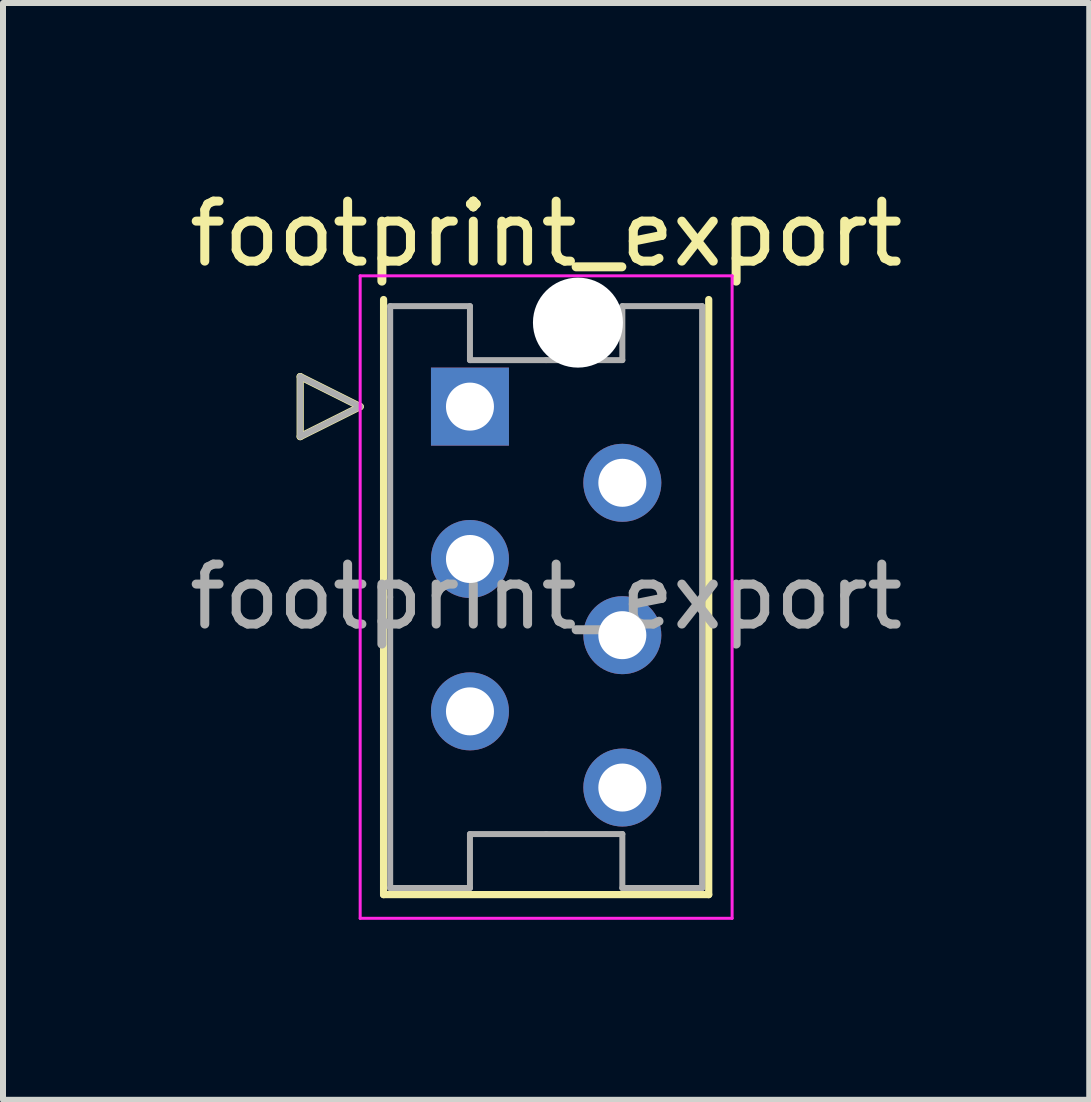
<source format=kicad_pcb>
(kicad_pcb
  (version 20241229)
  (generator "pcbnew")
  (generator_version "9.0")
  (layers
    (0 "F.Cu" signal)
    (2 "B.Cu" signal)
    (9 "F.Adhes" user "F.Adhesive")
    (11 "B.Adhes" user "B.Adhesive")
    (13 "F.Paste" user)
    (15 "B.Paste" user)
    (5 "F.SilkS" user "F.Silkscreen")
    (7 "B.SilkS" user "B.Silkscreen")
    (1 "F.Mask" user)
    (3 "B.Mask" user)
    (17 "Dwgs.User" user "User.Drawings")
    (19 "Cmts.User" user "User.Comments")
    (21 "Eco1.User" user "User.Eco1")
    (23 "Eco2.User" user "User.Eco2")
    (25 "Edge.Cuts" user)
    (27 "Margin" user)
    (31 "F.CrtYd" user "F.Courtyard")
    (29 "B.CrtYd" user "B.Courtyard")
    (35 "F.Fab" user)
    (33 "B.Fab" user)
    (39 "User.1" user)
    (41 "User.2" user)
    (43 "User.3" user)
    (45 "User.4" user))
  (footprint "footprint_export"
    (layer "F.Cu")
    (at 4.784 3.728)
    (property "Reference" "footprint_export" (at 1.27 -2.88 0) (layer "F.SilkS") (effects (font (size 1 1) (thickness 0.15))))
    (attr through_hole)
    (fp_line (start -2.83 -0.5) (end -1.83 0) (stroke (width 0.12) (type solid)) (layer "F.SilkS"))
    (fp_line (start -2.83 0.5) (end -2.83 -0.5) (stroke (width 0.12) (type solid)) (layer "F.SilkS"))
    (fp_line (start -1.83 0) (end -2.83 0.5) (stroke (width 0.12) (type solid)) (layer "F.SilkS"))
    (fp_line (start -1.44 -1.785) (end -1.44 8.135) (stroke (width 0.12) (type solid)) (layer "F.SilkS"))
    (fp_line (start -1.44 8.135) (end 3.98 8.135) (stroke (width 0.12) (type solid)) (layer "F.SilkS"))
    (fp_line (start 3.98 8.135) (end 3.98 -1.785) (stroke (width 0.12) (type solid)) (layer "F.SilkS"))
    (fp_line (start -1.83 -2.18) (end -1.83 8.53) (stroke (width 0.05) (type solid)) (layer "F.CrtYd"))
    (fp_line (start -1.83 8.53) (end 4.37 8.53) (stroke (width 0.05) (type solid)) (layer "F.CrtYd"))
    (fp_line (start 4.37 -2.18) (end -1.83 -2.18) (stroke (width 0.05) (type solid)) (layer "F.CrtYd"))
    (fp_line (start 4.37 8.53) (end 4.37 -2.18) (stroke (width 0.05) (type solid)) (layer "F.CrtYd"))
    (fp_line (start -2.83 -0.5) (end -1.83 0) (stroke (width 0.1) (type solid)) (layer "F.Fab"))
    (fp_line (start -2.83 0.5) (end -2.83 -0.5) (stroke (width 0.1) (type solid)) (layer "F.Fab"))
    (fp_line (start -1.83 0) (end -2.83 0.5) (stroke (width 0.1) (type solid)) (layer "F.Fab"))
    (fp_line (start -1.33 -1.675) (end -1.33 3.175) (stroke (width 0.1) (type solid)) (layer "F.Fab"))
    (fp_line (start -1.33 8.025) (end -1.33 3.175) (stroke (width 0.1) (type solid)) (layer "F.Fab"))
    (fp_line (start 0 -1.675) (end -1.33 -1.675) (stroke (width 0.1) (type solid)) (layer "F.Fab"))
    (fp_line (start 0 -0.775) (end 0 -1.675) (stroke (width 0.1) (type solid)) (layer "F.Fab"))
    (fp_line (start 0 7.125) (end 0 8.025) (stroke (width 0.1) (type solid)) (layer "F.Fab"))
    (fp_line (start 0 8.025) (end -1.33 8.025) (stroke (width 0.1) (type solid)) (layer "F.Fab"))
    (fp_line (start 1.27 -0.775) (end 0 -0.775) (stroke (width 0.1) (type solid)) (layer "F.Fab"))
    (fp_line (start 1.27 -0.775) (end 2.54 -0.775) (stroke (width 0.1) (type solid)) (layer "F.Fab"))
    (fp_line (start 1.27 7.125) (end 0 7.125) (stroke (width 0.1) (type solid)) (layer "F.Fab"))
    (fp_line (start 1.27 7.125) (end 2.54 7.125) (stroke (width 0.1) (type solid)) (layer "F.Fab"))
    (fp_line (start 2.54 -1.675) (end 3.87 -1.675) (stroke (width 0.1) (type solid)) (layer "F.Fab"))
    (fp_line (start 2.54 -0.775) (end 2.54 -1.675) (stroke (width 0.1) (type solid)) (layer "F.Fab"))
    (fp_line (start 2.54 7.125) (end 2.54 8.025) (stroke (width 0.1) (type solid)) (layer "F.Fab"))
    (fp_line (start 2.54 8.025) (end 3.87 8.025) (stroke (width 0.1) (type solid)) (layer "F.Fab"))
    (fp_line (start 3.87 -1.675) (end 3.87 3.175) (stroke (width 0.1) (type solid)) (layer "F.Fab"))
    (fp_line (start 3.87 8.025) (end 3.87 3.175) (stroke (width 0.1) (type solid)) (layer "F.Fab"))
    (fp_text user "${REFERENCE}" (at 1.27 3.17 0) (layer "F.Fab") (effects (font (size 1 1) (thickness 0.15))))
    (pad "" np_thru_hole circle (at 1.8 -1.4) (size 1.5 1.5) (drill 1.5) (layers "*.Cu" "*.Mask"))
    (pad "1" thru_hole rect (at 0 0) (size 1.3 1.3) (drill 0.8) (layers "*.Cu" "*.Mask"))
    (pad "2" thru_hole circle (at 2.54 1.27) (size 1.3 1.3) (drill 0.8) (layers "*.Cu" "*.Mask"))
    (pad "3" thru_hole circle (at 0 2.54) (size 1.3 1.3) (drill 0.8) (layers "*.Cu" "*.Mask"))
    (pad "4" thru_hole circle (at 2.54 3.81) (size 1.3 1.3) (drill 0.8) (layers "*.Cu" "*.Mask"))
    (pad "5" thru_hole circle (at 0 5.08) (size 1.3 1.3) (drill 0.8) (layers "*.Cu" "*.Mask"))
    (pad "6" thru_hole circle (at 2.54 6.35) (size 1.3 1.3) (drill 0.8) (layers "*.Cu" "*.Mask")))
  (gr_rect
    (start -3 -3)
    (end 15.107 15.283)
    (stroke (width 0.1) (type default))
    (fill no)
    (layer "Edge.Cuts")))
</source>
